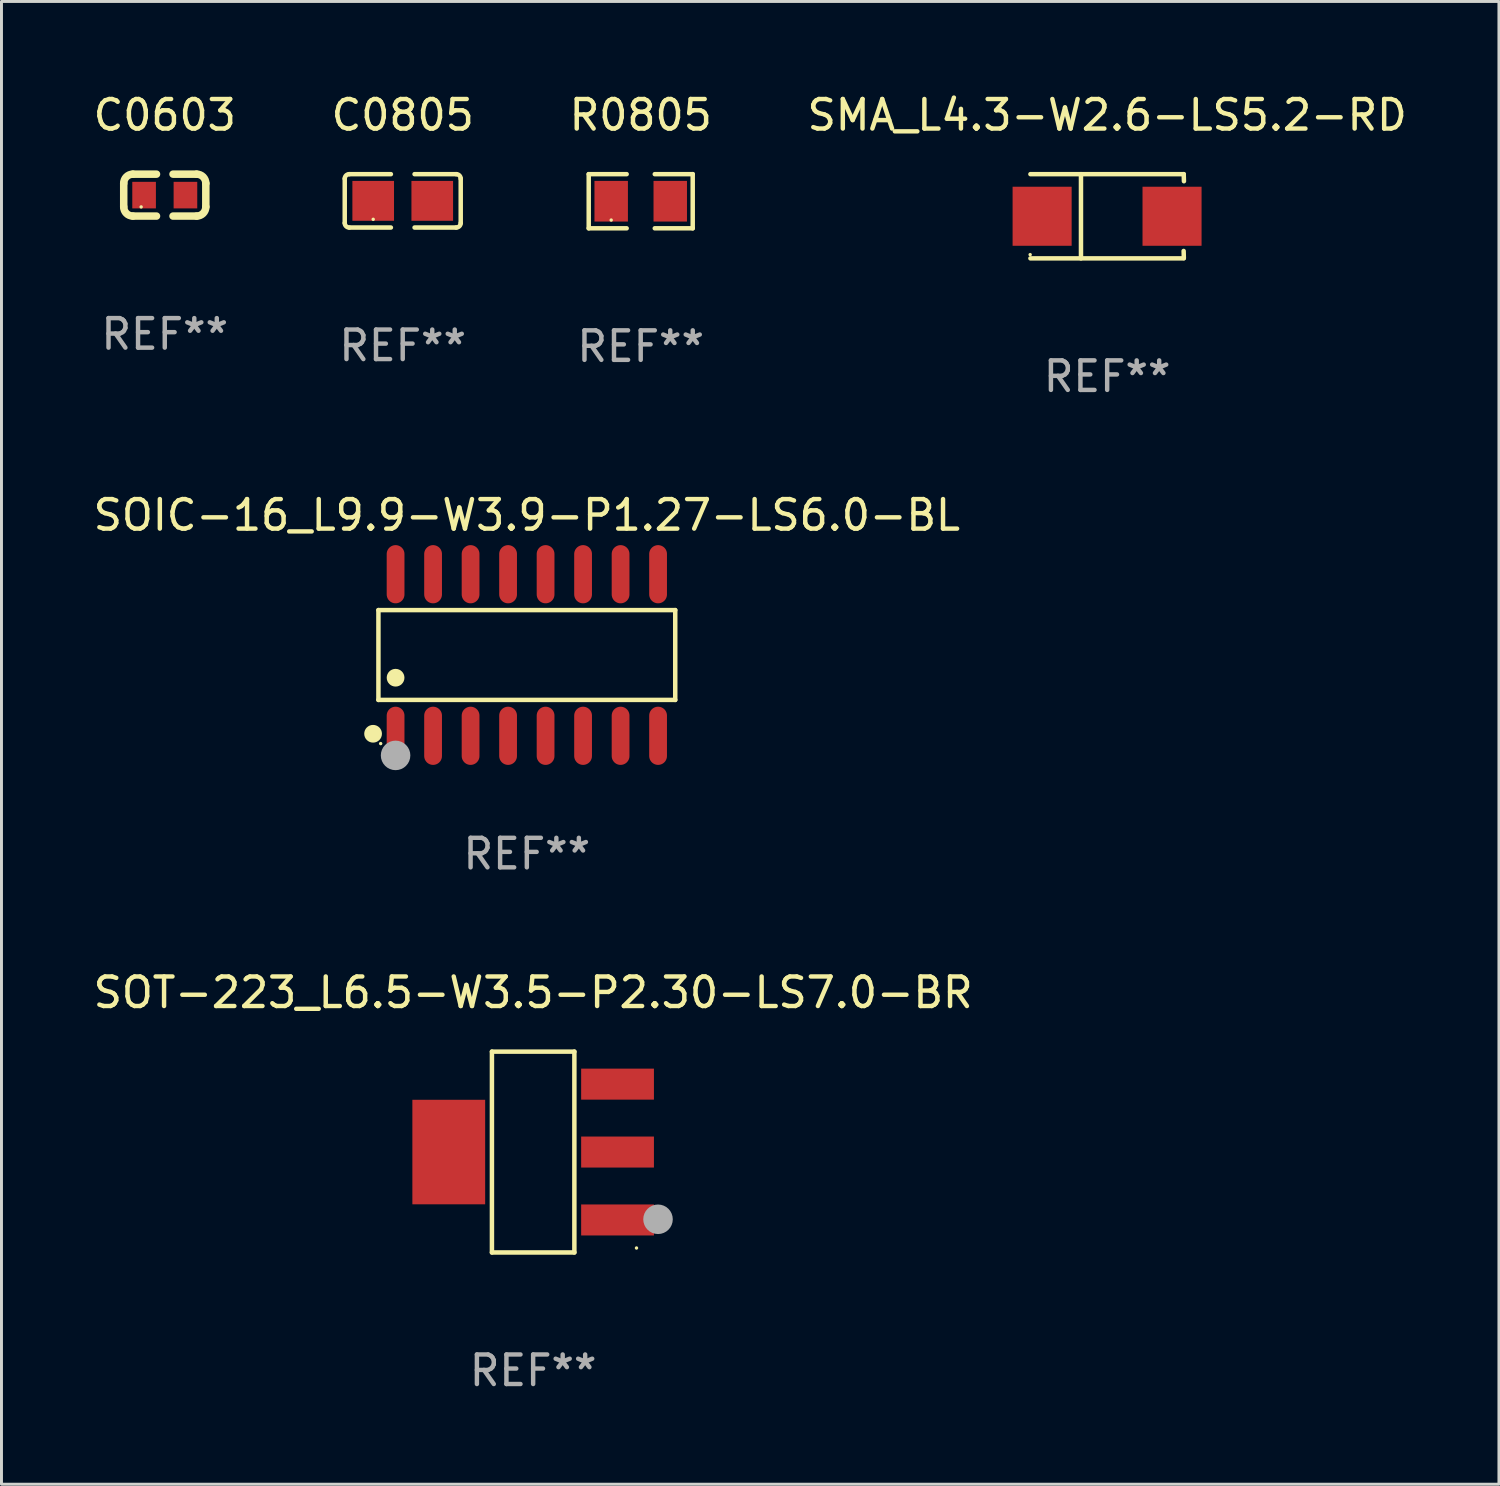
<source format=kicad_pcb>
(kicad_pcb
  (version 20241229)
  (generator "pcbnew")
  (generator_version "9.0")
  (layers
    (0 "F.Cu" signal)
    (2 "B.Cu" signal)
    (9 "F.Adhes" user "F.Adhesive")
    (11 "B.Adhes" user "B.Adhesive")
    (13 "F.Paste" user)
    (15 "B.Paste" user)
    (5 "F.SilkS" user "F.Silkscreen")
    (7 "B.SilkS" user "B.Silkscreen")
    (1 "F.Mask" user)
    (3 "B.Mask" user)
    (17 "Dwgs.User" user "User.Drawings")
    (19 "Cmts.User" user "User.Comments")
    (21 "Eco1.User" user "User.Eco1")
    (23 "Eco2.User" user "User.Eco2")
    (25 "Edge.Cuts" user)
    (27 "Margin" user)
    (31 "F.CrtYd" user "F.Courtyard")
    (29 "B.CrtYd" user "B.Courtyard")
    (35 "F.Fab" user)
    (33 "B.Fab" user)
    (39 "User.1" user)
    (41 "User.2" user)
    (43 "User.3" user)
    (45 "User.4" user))
  (footprint "C0603"
    (layer "F.Cu")
    (at 2.53 3.558)
    (property "Reference" "C0603" (at 0.000051 -2.71 0) (layer "F.SilkS") (effects (font (size 1 1) (thickness 0.15))))
    (attr smd)
    (fp_line (start -1.39 0.4) (end -1.39 -0.4) (stroke (width 0.254) (type solid)) (layer "F.SilkS"))
    (fp_line (start -0.28 -0.71) (end -1.08 -0.71) (stroke (width 0.254) (type solid)) (layer "F.SilkS"))
    (fp_line (start -0.28 0.71) (end -1.08 0.71) (stroke (width 0.254) (type solid)) (layer "F.SilkS"))
    (fp_line (start 0.28 -0.71) (end 1.08 -0.71) (stroke (width 0.254) (type solid)) (layer "F.SilkS"))
    (fp_line (start 0.28 0.71) (end 1.08 0.71) (stroke (width 0.254) (type solid)) (layer "F.SilkS"))
    (fp_line (start 1.39 -0.4) (end 1.39 0.4) (stroke (width 0.254) (type solid)) (layer "F.SilkS"))
    (fp_arc (start -1.389916 -0.400229) (mid -1.299195 -0.619335) (end -1.080111 -0.710109) (stroke (width 0.254001) (type solid)) (layer "F.SilkS"))
    (fp_arc (start -1.080112 0.709576) (mid -1.299178 0.618819) (end -1.389916 0.399745) (stroke (width 0.254001) (type solid)) (layer "F.SilkS"))
    (fp_arc (start 1.080188 -0.709627) (mid 1.29928 -0.618871) (end 1.390018 -0.399772) (stroke (width 0.254001) (type solid)) (layer "F.SilkS"))
    (fp_arc (start 1.390018 0.400203) (mid 1.299271 0.619286) (end 1.080188 0.710033) (stroke (width 0.254001) (type solid)) (layer "F.SilkS"))
    (fp_circle (center -0.8 0.4) (end -0.77 0.4) (stroke (width 0.06) (type solid)) (fill no) (layer "F.SilkS"))
    (fp_text user "REF**" (at 0.000051 4.71 0) (layer "F.Fab") (effects (font (size 1 1) (thickness 0.15))))
    (pad "1" smd rect (at -0.7 0) (size 0.8 0.9) (layers "F.Cu" "F.Mask" "F.Paste"))
    (pad "2" smd rect (at 0.7 0) (size 0.8 0.9) (layers "F.Cu" "F.Mask" "F.Paste")))
  (footprint "R0805"
    (layer "F.Cu")
    (at 18.649 3.765)
    (property "Reference" "R0805" (at 0 -2.917 0) (layer "F.SilkS") (effects (font (size 1 1) (thickness 0.15))))
    (attr smd)
    (fp_line (start -1.761 -0.917) (end -0.476 -0.917) (stroke (width 0.152) (type solid)) (layer "F.SilkS"))
    (fp_line (start -1.761 0.917) (end -1.761 -0.917) (stroke (width 0.152) (type solid)) (layer "F.SilkS"))
    (fp_line (start -0.476 0.917) (end -1.761 0.917) (stroke (width 0.152) (type solid)) (layer "F.SilkS"))
    (fp_line (start 0.476 0.917) (end 1.761 0.917) (stroke (width 0.152) (type solid)) (layer "F.SilkS"))
    (fp_line (start 1.761 -0.917) (end 0.476 -0.917) (stroke (width 0.152) (type solid)) (layer "F.SilkS"))
    (fp_line (start 1.761 0.917) (end 1.761 -0.917) (stroke (width 0.152) (type solid)) (layer "F.SilkS"))
    (fp_circle (center -1 0.638) (end -0.97 0.638) (stroke (width 0.06) (type solid)) (fill no) (layer "F.SilkS"))
    (fp_text user "REF**" (at 0 4.917 0) (layer "F.Fab") (effects (font (size 1 1) (thickness 0.15))))
    (pad "1" smd rect (at -1 0) (size 1.133 1.377) (layers "F.Cu" "F.Mask" "F.Paste"))
    (pad "2" smd rect (at 1 0) (size 1.133 1.377) (layers "F.Cu" "F.Mask" "F.Paste")))
  (footprint "C0805"
    (layer "F.Cu")
    (at 10.589 3.752)
    (property "Reference" "C0805" (at 0 -2.904 0) (layer "F.SilkS") (effects (font (size 1 1) (thickness 0.15))))
    (attr smd)
    (fp_line (start -1.964 0.751) (end -1.964 -0.751) (stroke (width 0.152) (type solid)) (layer "F.SilkS"))
    (fp_line (start -1.811 -0.904) (end -0.401 -0.904) (stroke (width 0.152) (type solid)) (layer "F.SilkS"))
    (fp_line (start -0.401 0.904) (end -1.811 0.904) (stroke (width 0.152) (type solid)) (layer "F.SilkS"))
    (fp_line (start 0.401 0.904) (end 1.811 0.904) (stroke (width 0.152) (type solid)) (layer "F.SilkS"))
    (fp_line (start 1.811 -0.904) (end 0.401 -0.904) (stroke (width 0.152) (type solid)) (layer "F.SilkS"))
    (fp_line (start 1.964 0.751) (end 1.964 -0.751) (stroke (width 0.152) (type solid)) (layer "F.SilkS"))
    (fp_arc (start -1.963602 -0.751207) (mid -1.918965 -0.858971) (end -1.811201 -0.903608) (stroke (width 0.1524) (type solid)) (layer "F.SilkS"))
    (fp_arc (start -1.811201 0.903607) (mid -1.918964 0.85897) (end -1.963601 0.751207) (stroke (width 0.1524) (type solid)) (layer "F.SilkS"))
    (fp_arc (start 1.811201 -0.903607) (mid 1.918964 -0.85897) (end 1.963601 -0.751207) (stroke (width 0.1524) (type solid)) (layer "F.SilkS"))
    (fp_arc (start 1.963602 0.751207) (mid 1.918965 0.858971) (end 1.811201 0.903608) (stroke (width 0.1524) (type solid)) (layer "F.SilkS"))
    (fp_circle (center -1 0.625) (end -0.97 0.625) (stroke (width 0.06) (type solid)) (fill no) (layer "F.SilkS"))
    (fp_text user "REF**" (at 0 4.904 0) (layer "F.Fab") (effects (font (size 1 1) (thickness 0.15))))
    (pad "1" smd rect (at -1 0) (size 1.41 1.35) (layers "F.Cu" "F.Mask" "F.Paste"))
    (pad "2" smd rect (at 1 0) (size 1.41 1.35) (layers "F.Cu" "F.Mask" "F.Paste")))
  (footprint "SMA_L4.3-W2.6-LS5.2-RD"
    (layer "F.Cu")
    (at 34.443 4.274)
    (property "Reference" "SMA_L4.3-W2.6-LS5.2-RD" (at 0.003 -3.426 0) (layer "F.SilkS") (effects (font (size 1 1) (thickness 0.15))))
    (attr smd)
    (fp_line (start -2.596 -1.426) (end 2.596 -1.426) (stroke (width 0.152) (type solid)) (layer "F.SilkS"))
    (fp_line (start -2.596 1.426) (end 2.596 1.426) (stroke (width 0.152) (type solid)) (layer "F.SilkS"))
    (fp_line (start -0.884 -1.426) (end -0.884 1.426) (stroke (width 0.152) (type solid)) (layer "F.SilkS"))
    (fp_line (start 2.593 1.176) (end 2.6 1.415) (stroke (width 0.152) (type solid)) (layer "F.SilkS"))
    (fp_line (start 2.596 -1.426) (end 2.603 -1.187) (stroke (width 0.152) (type solid)) (layer "F.SilkS"))
    (fp_circle (center -2.605 1.3) (end -2.575 1.3) (stroke (width 0.06) (type solid)) (fill no) (layer "F.SilkS"))
    (fp_text user "REF**" (at 0.003 5.426 0) (layer "F.Fab") (effects (font (size 1 1) (thickness 0.15))))
    (pad "1" smd rect (at -2.2 0 180) (size 2 2) (layers "F.Cu" "F.Mask" "F.Paste"))
    (pad "2" smd rect (at 2.2 0 180) (size 2 2) (layers "F.Cu" "F.Mask" "F.Paste")))
  (footprint "SOIC-16_L9.9-W3.9-P1.27-LS6.0-BL"
    (layer "F.Cu")
    (at 14.792 19.133)
    (property "Reference" "SOIC-16_L9.9-W3.9-P1.27-LS6.0-BL" (at 0 -4.736 0) (layer "F.SilkS") (effects (font (size 1 1) (thickness 0.15))))
    (attr smd)
    (fp_line (start -5.026 -1.521) (end 5.026 -1.521) (stroke (width 0.152) (type solid)) (layer "F.SilkS"))
    (fp_line (start -5.026 1.521) (end -5.026 -1.521) (stroke (width 0.152) (type solid)) (layer "F.SilkS"))
    (fp_line (start 5.026 -1.521) (end 5.026 1.521) (stroke (width 0.152) (type solid)) (layer "F.SilkS"))
    (fp_line (start 5.026 1.521) (end -5.026 1.521) (stroke (width 0.152) (type solid)) (layer "F.SilkS"))
    (fp_circle (center -5.207 2.667) (end -5.057 2.667) (stroke (width 0.3) (type solid)) (fill no) (layer "F.SilkS"))
    (fp_circle (center -4.95 3) (end -4.92 3) (stroke (width 0.06) (type solid)) (fill no) (layer "F.SilkS"))
    (fp_circle (center -4.445 0.769) (end -4.295 0.769) (stroke (width 0.3) (type solid)) (fill no) (layer "F.SilkS"))
    (fp_circle (center -4.445 3.4) (end -4.195 3.4) (stroke (width 0.5) (type solid)) (fill no) (layer "F.Fab"))
    (fp_text user "REF**" (at 0 6.736 0) (layer "F.Fab") (effects (font (size 1 1) (thickness 0.15))))
    (pad "1" smd oval (at -4.445 2.736) (size 0.602 1.971) (layers "F.Cu" "F.Mask" "F.Paste"))
    (pad "2" smd oval (at -3.175 2.736) (size 0.602 1.971) (layers "F.Cu" "F.Mask" "F.Paste"))
    (pad "3" smd oval (at -1.905 2.736) (size 0.602 1.971) (layers "F.Cu" "F.Mask" "F.Paste"))
    (pad "4" smd oval (at -0.635 2.736) (size 0.602 1.971) (layers "F.Cu" "F.Mask" "F.Paste"))
    (pad "5" smd oval (at 0.635 2.736) (size 0.602 1.971) (layers "F.Cu" "F.Mask" "F.Paste"))
    (pad "6" smd oval (at 1.905 2.736) (size 0.602 1.971) (layers "F.Cu" "F.Mask" "F.Paste"))
    (pad "7" smd oval (at 3.175 2.736) (size 0.602 1.971) (layers "F.Cu" "F.Mask" "F.Paste"))
    (pad "8" smd oval (at 4.445 2.736) (size 0.602 1.971) (layers "F.Cu" "F.Mask" "F.Paste"))
    (pad "9" smd oval (at 4.445 -2.736) (size 0.602 1.971) (layers "F.Cu" "F.Mask" "F.Paste"))
    (pad "10" smd oval (at 3.175 -2.736) (size 0.602 1.971) (layers "F.Cu" "F.Mask" "F.Paste"))
    (pad "11" smd oval (at 1.905 -2.736) (size 0.602 1.971) (layers "F.Cu" "F.Mask" "F.Paste"))
    (pad "12" smd oval (at 0.635 -2.736) (size 0.602 1.971) (layers "F.Cu" "F.Mask" "F.Paste"))
    (pad "13" smd oval (at -0.635 -2.736) (size 0.602 1.971) (layers "F.Cu" "F.Mask" "F.Paste"))
    (pad "14" smd oval (at -1.905 -2.736) (size 0.602 1.971) (layers "F.Cu" "F.Mask" "F.Paste"))
    (pad "15" smd oval (at -3.175 -2.736) (size 0.602 1.971) (layers "F.Cu" "F.Mask" "F.Paste"))
    (pad "16" smd oval (at -4.445 -2.736) (size 0.602 1.971) (layers "F.Cu" "F.Mask" "F.Paste")))
  (footprint "SOT-223_L6.5-W3.5-P2.30-LS7.0-BR"
    (layer "F.Cu")
    (at 15.006 35.966)
    (property "Reference" "SOT-223_L6.5-W3.5-P2.30-LS7.0-BR" (at 0 -5.401 0) (layer "F.SilkS") (effects (font (size 1 1) (thickness 0.15))))
    (attr smd)
    (fp_line (start -1.396 -3.401) (end 1.396 -3.401) (stroke (width 0.152) (type solid)) (layer "F.SilkS"))
    (fp_line (start -1.396 3.401) (end -1.396 -3.401) (stroke (width 0.152) (type solid)) (layer "F.SilkS"))
    (fp_line (start 1.396 -3.401) (end 1.396 3.401) (stroke (width 0.152) (type solid)) (layer "F.SilkS"))
    (fp_line (start 1.396 3.401) (end -1.396 3.401) (stroke (width 0.152) (type solid)) (layer "F.SilkS"))
    (fp_circle (center 3.5 3.25) (end 3.53 3.25) (stroke (width 0.06) (type solid)) (fill no) (layer "F.SilkS"))
    (fp_circle (center 4.229 2.277) (end 4.479 2.277) (stroke (width 0.5) (type solid)) (fill no) (layer "F.Fab"))
    (fp_text user "REF**" (at 0 7.401 0) (layer "F.Fab") (effects (font (size 1 1) (thickness 0.15))))
    (pad "1" smd rect (at 2.858 2.3) (size 2.465 1.05) (layers "F.Cu" "F.Mask" "F.Paste"))
    (pad "2" smd rect (at 2.858 0) (size 2.465 1.05) (layers "F.Cu" "F.Mask" "F.Paste"))
    (pad "3" smd rect (at 2.858 -2.3) (size 2.465 1.05) (layers "F.Cu" "F.Mask" "F.Paste"))
    (pad "4" smd rect (at -2.858 0) (size 2.465 3.54) (layers "F.Cu" "F.Mask" "F.Paste")))
  (gr_rect
    (start -3 -3)
    (end 47.714 47.216)
    (stroke (width 0.1) (type default))
    (fill no)
    (layer "Edge.Cuts")))
</source>
